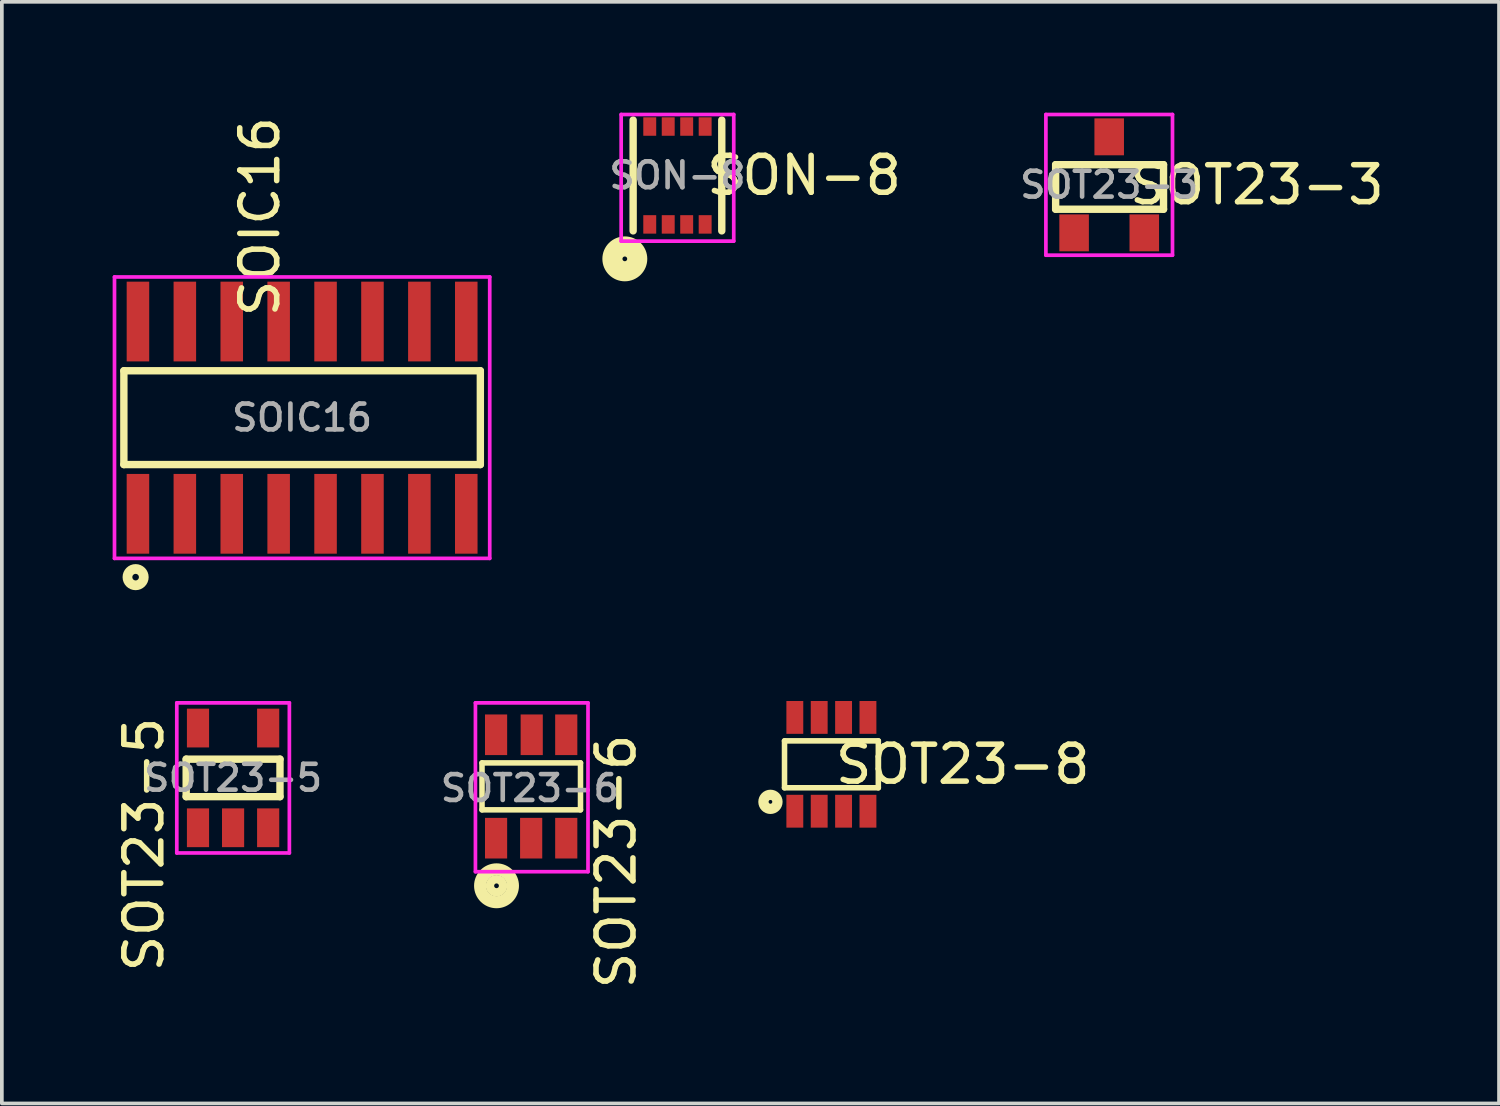
<source format=kicad_pcb>
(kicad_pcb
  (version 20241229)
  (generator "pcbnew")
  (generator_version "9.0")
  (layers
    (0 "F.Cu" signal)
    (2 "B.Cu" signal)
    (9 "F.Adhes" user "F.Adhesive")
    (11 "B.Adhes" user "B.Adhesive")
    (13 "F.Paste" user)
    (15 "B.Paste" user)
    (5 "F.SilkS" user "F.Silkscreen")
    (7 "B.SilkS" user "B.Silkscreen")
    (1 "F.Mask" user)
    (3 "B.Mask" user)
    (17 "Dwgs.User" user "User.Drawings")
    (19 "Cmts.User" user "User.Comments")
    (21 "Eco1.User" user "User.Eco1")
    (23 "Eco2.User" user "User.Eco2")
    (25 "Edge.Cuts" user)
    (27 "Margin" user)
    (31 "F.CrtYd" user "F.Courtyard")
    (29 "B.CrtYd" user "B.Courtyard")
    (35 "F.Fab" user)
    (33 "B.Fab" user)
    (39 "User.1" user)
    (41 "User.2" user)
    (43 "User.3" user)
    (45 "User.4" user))
  (footprint "SOT23-5"
    (layer "F.Cu")
    (at 3.261 18.013)
    (property "Reference" "SOT23-5" (at -2.413 1.803 270) (layer "F.SilkS") (effects (font (size 1 1) (thickness 0.15))))
    (attr through_hole)
    (fp_line (start -1.27 -0.508) (end 1.27 -0.508) (stroke (width 0.2) (type solid)) (layer "F.SilkS"))
    (fp_line (start -1.27 0.508) (end -1.27 -0.508) (stroke (width 0.2) (type solid)) (layer "F.SilkS"))
    (fp_line (start 1.27 -0.508) (end 1.27 0.508) (stroke (width 0.2) (type solid)) (layer "F.SilkS"))
    (fp_line (start 1.27 0.508) (end -1.27 0.508) (stroke (width 0.2) (type solid)) (layer "F.SilkS"))
    (fp_line (start -1.524 -2.032) (end 1.524 -2.032) (stroke (width 0.1) (type solid)) (layer "F.CrtYd"))
    (fp_line (start -1.524 2.032) (end -1.524 -2.032) (stroke (width 0.1) (type solid)) (layer "F.CrtYd"))
    (fp_line (start 1.524 -2.032) (end 1.524 2.032) (stroke (width 0.1) (type solid)) (layer "F.CrtYd"))
    (fp_line (start 1.524 2.032) (end -1.524 2.032) (stroke (width 0.1) (type solid)) (layer "F.CrtYd"))
    (fp_text user "${REFERENCE}" (at 0 0 0) (layer "F.Fab") (effects (font (size 0.7 0.7) (thickness 0.125))))
    (pad "1" smd rect (at -0.95 1.35) (size 0.6 1.05) (layers "F.Cu" "F.Mask" "F.Paste"))
    (pad "2" smd rect (at 0 1.35) (size 0.6 1.05) (layers "F.Cu" "F.Mask" "F.Paste"))
    (pad "3" smd rect (at 0.95 1.35) (size 0.6 1.05) (layers "F.Cu" "F.Mask" "F.Paste"))
    (pad "4" smd rect (at 0.95 -1.35) (size 0.6 1.05) (layers "F.Cu" "F.Mask" "F.Paste"))
    (pad "5" smd rect (at -0.95 -1.35) (size 0.6 1.05) (layers "F.Cu" "F.Mask" "F.Paste")))
  (footprint "SON-8"
    (layer "F.Cu")
    (at 15.293 1.701)
    (property "Reference" "SON-8" (at 3.429 0 0) (layer "F.SilkS") (effects (font (size 1 1) (thickness 0.15))))
    (attr through_hole)
    (fp_line (start -1.2 1.5) (end -1.2 -1.5) (stroke (width 0.2) (type solid)) (layer "F.SilkS"))
    (fp_line (start 1.2 -1.5) (end 1.2 1.5) (stroke (width 0.2) (type solid)) (layer "F.SilkS"))
    (fp_circle (center -1.425 2.258) (end -1.361 2.258) (stroke (width 0.2) (type solid)) (fill no) (layer "F.SilkS"))
    (fp_circle (center -1.425 2.258) (end -1.234 2.258) (stroke (width 0.2) (type solid)) (fill no) (layer "F.SilkS"))
    (fp_circle (center -1.425 2.258) (end -1.234 2.258) (stroke (width 0.2) (type solid)) (fill no) (layer "F.SilkS"))
    (fp_circle (center -1.425 2.258) (end -1.171 2.258) (stroke (width 0.2) (type solid)) (fill no) (layer "F.SilkS"))
    (fp_circle (center -1.425 2.258) (end -1.044 2.322) (stroke (width 0.2) (type solid)) (fill no) (layer "F.SilkS"))
    (fp_circle (center -1.425 2.258) (end -0.917 2.258) (stroke (width 0.2) (type solid)) (fill no) (layer "F.SilkS"))
    (fp_line (start -1.524 -1.651) (end 1.524 -1.651) (stroke (width 0.1) (type solid)) (layer "F.CrtYd"))
    (fp_line (start -1.524 1.778) (end -1.524 -1.651) (stroke (width 0.1) (type solid)) (layer "F.CrtYd"))
    (fp_line (start 1.524 -1.651) (end 1.524 1.778) (stroke (width 0.1) (type solid)) (layer "F.CrtYd"))
    (fp_line (start 1.524 1.778) (end -1.524 1.778) (stroke (width 0.1) (type solid)) (layer "F.CrtYd"))
    (fp_text user "${REFERENCE}" (at 0 0 0) (layer "F.Fab") (effects (font (size 0.7 0.7) (thickness 0.125))))
    (pad "1" smd rect (at -0.75 1.325) (size 0.35 0.5) (layers "F.Cu" "F.Mask" "F.Paste"))
    (pad "2" smd rect (at -0.25 1.325) (size 0.35 0.5) (layers "F.Cu" "F.Mask" "F.Paste"))
    (pad "3" smd rect (at 0.25 1.325) (size 0.35 0.5) (layers "F.Cu" "F.Mask" "F.Paste"))
    (pad "4" smd rect (at 0.75 1.325) (size 0.35 0.5) (layers "F.Cu" "F.Mask" "F.Paste"))
    (pad "5" smd rect (at 0.75 -1.325) (size 0.35 0.5) (layers "F.Cu" "F.Mask" "F.Paste"))
    (pad "6" smd rect (at 0.25 -1.325) (size 0.35 0.5) (layers "F.Cu" "F.Mask" "F.Paste"))
    (pad "7" smd rect (at -0.25 -1.325) (size 0.35 0.5) (layers "F.Cu" "F.Mask" "F.Paste"))
    (pad "8" smd rect (at -0.75 -1.325) (size 0.35 0.5) (layers "F.Cu" "F.Mask" "F.Paste")))
  (footprint "SOIC16"
    (layer "F.Cu")
    (at 5.13 8.259)
    (property "Reference" "SOIC16" (at -1.143 -5.443 90) (layer "F.SilkS") (effects (font (size 1 1) (thickness 0.15))))
    (attr through_hole)
    (fp_line (start -4.826 -1.27) (end 4.826 -1.27) (stroke (width 0.2) (type solid)) (layer "F.SilkS"))
    (fp_line (start -4.826 1.27) (end -4.826 -1.27) (stroke (width 0.2) (type solid)) (layer "F.SilkS"))
    (fp_line (start 4.826 -1.27) (end 4.826 1.27) (stroke (width 0.2) (type solid)) (layer "F.SilkS"))
    (fp_line (start 4.826 1.27) (end -4.826 1.27) (stroke (width 0.2) (type solid)) (layer "F.SilkS"))
    (fp_circle (center -4.508 4.318) (end -4.445 4.381) (stroke (width 0.2) (type solid)) (fill no) (layer "F.SilkS"))
    (fp_circle (center -4.508 4.318) (end -4.255 4.318) (stroke (width 0.2) (type solid)) (fill no) (layer "F.SilkS"))
    (fp_line (start -5.08 -3.81) (end 5.08 -3.81) (stroke (width 0.1) (type solid)) (layer "F.CrtYd"))
    (fp_line (start -5.08 3.81) (end -5.08 -3.81) (stroke (width 0.1) (type solid)) (layer "F.CrtYd"))
    (fp_line (start 5.08 -3.81) (end 5.08 3.81) (stroke (width 0.1) (type solid)) (layer "F.CrtYd"))
    (fp_line (start 5.08 3.81) (end -5.08 3.81) (stroke (width 0.1) (type solid)) (layer "F.CrtYd"))
    (fp_text user "${REFERENCE}" (at 0 0 0) (layer "F.Fab") (effects (font (size 0.7 0.7) (thickness 0.125))))
    (pad "1" smd rect (at -4.445 2.603) (size 0.61 2.159) (layers "F.Cu" "F.Mask" "F.Paste"))
    (pad "2" smd rect (at -3.175 2.603) (size 0.61 2.159) (layers "F.Cu" "F.Mask" "F.Paste"))
    (pad "3" smd rect (at -1.905 2.603) (size 0.61 2.159) (layers "F.Cu" "F.Mask" "F.Paste"))
    (pad "4" smd rect (at -0.635 2.603) (size 0.61 2.159) (layers "F.Cu" "F.Mask" "F.Paste"))
    (pad "5" smd rect (at 0.635 2.603) (size 0.61 2.159) (layers "F.Cu" "F.Mask" "F.Paste"))
    (pad "6" smd rect (at 1.905 2.603) (size 0.61 2.159) (layers "F.Cu" "F.Mask" "F.Paste"))
    (pad "7" smd rect (at 3.175 2.603) (size 0.61 2.159) (layers "F.Cu" "F.Mask" "F.Paste"))
    (pad "8" smd rect (at 4.445 2.603) (size 0.61 2.159) (layers "F.Cu" "F.Mask" "F.Paste"))
    (pad "9" smd rect (at 4.445 -2.603) (size 0.61 2.159) (layers "F.Cu" "F.Mask" "F.Paste"))
    (pad "10" smd rect (at 3.175 -2.603) (size 0.61 2.159) (layers "F.Cu" "F.Mask" "F.Paste"))
    (pad "11" smd rect (at 1.905 -2.603) (size 0.61 2.159) (layers "F.Cu" "F.Mask" "F.Paste"))
    (pad "12" smd rect (at 0.635 -2.603) (size 0.61 2.159) (layers "F.Cu" "F.Mask" "F.Paste"))
    (pad "13" smd rect (at -0.635 -2.603) (size 0.61 2.159) (layers "F.Cu" "F.Mask" "F.Paste"))
    (pad "14" smd rect (at -1.905 -2.603) (size 0.61 2.159) (layers "F.Cu" "F.Mask" "F.Paste"))
    (pad "15" smd rect (at -3.175 -2.603) (size 0.61 2.159) (layers "F.Cu" "F.Mask" "F.Paste"))
    (pad "16" smd rect (at -4.445 -2.603) (size 0.61 2.159) (layers "F.Cu" "F.Mask" "F.Paste")))
  (footprint "SOT23-8"
    (layer "F.Cu")
    (at 19.461 17.645)
    (property "Reference" "SOT23-8" (at 3.557 0 0) (layer "F.SilkS") (effects (font (size 1 1) (thickness 0.15))))
    (attr through_hole)
    (fp_line (start -1.269 -0.635) (end 1.271 -0.635) (stroke (width 0.15) (type solid)) (layer "F.SilkS"))
    (fp_line (start -1.269 0.635) (end -1.269 -0.635) (stroke (width 0.15) (type solid)) (layer "F.SilkS"))
    (fp_line (start 1.271 -0.635) (end 1.271 0.635) (stroke (width 0.15) (type solid)) (layer "F.SilkS"))
    (fp_line (start 1.271 0.635) (end -1.269 0.635) (stroke (width 0.15) (type solid)) (layer "F.SilkS"))
    (fp_circle (center -1.65 1.016) (end -1.587 1.016) (stroke (width 0.15) (type solid)) (fill no) (layer "F.SilkS"))
    (fp_circle (center -1.65 1.016) (end -1.523 1.016) (stroke (width 0.15) (type solid)) (fill no) (layer "F.SilkS"))
    (fp_circle (center -1.65 1.016) (end -1.396 1.016) (stroke (width 0.15) (type solid)) (fill no) (layer "F.SilkS"))
    (pad "1" smd rect (at -0.99 1.27) (size 0.457 0.889) (layers "F.Cu" "F.Mask" "F.Paste"))
    (pad "2" smd rect (at -0.33 1.27) (size 0.457 0.889) (layers "F.Cu" "F.Mask" "F.Paste"))
    (pad "3" smd rect (at 0.33 1.27) (size 0.457 0.889) (layers "F.Cu" "F.Mask" "F.Paste"))
    (pad "4" smd rect (at 0.99 1.27) (size 0.457 0.889) (layers "F.Cu" "F.Mask" "F.Paste"))
    (pad "5" smd rect (at 0.99 -1.27) (size 0.457 0.889) (layers "F.Cu" "F.Mask" "F.Paste"))
    (pad "6" smd rect (at 0.33 -1.27) (size 0.457 0.889) (layers "F.Cu" "F.Mask" "F.Paste"))
    (pad "7" smd rect (at -0.33 -1.27) (size 0.457 0.889) (layers "F.Cu" "F.Mask" "F.Paste"))
    (pad "8" smd rect (at -0.99 -1.27) (size 0.457 0.889) (layers "F.Cu" "F.Mask" "F.Paste")))
  (footprint "SOT23-6"
    (layer "F.Cu")
    (at 11.347 18.267)
    (property "Reference" "SOT23-6" (at 2.286 2.007 270) (layer "F.SilkS") (effects (font (size 1 1) (thickness 0.15))))
    (attr through_hole)
    (fp_line (start -1.346 -0.66) (end 1.321 -0.66) (stroke (width 0.15) (type solid)) (layer "F.SilkS"))
    (fp_line (start -1.346 0.61) (end -1.346 -0.66) (stroke (width 0.15) (type solid)) (layer "F.SilkS"))
    (fp_line (start 1.321 -0.66) (end 1.321 0.61) (stroke (width 0.15) (type solid)) (layer "F.SilkS"))
    (fp_line (start 1.321 0.61) (end -1.346 0.61) (stroke (width 0.15) (type solid)) (layer "F.SilkS"))
    (fp_circle (center -0.953 2.667) (end -0.889 2.667) (stroke (width 0.2) (type solid)) (fill no) (layer "F.SilkS"))
    (fp_circle (center -0.953 2.667) (end -0.762 2.667) (stroke (width 0.2) (type solid)) (fill no) (layer "F.SilkS"))
    (fp_circle (center -0.953 2.667) (end -0.572 2.667) (stroke (width 0.2) (type solid)) (fill no) (layer "F.SilkS"))
    (fp_circle (center -0.953 2.667) (end -0.445 2.667) (stroke (width 0.2) (type solid)) (fill no) (layer "F.SilkS"))
    (fp_line (start -1.524 -2.286) (end 1.524 -2.286) (stroke (width 0.1) (type solid)) (layer "F.CrtYd"))
    (fp_line (start -1.524 2.286) (end -1.524 -2.286) (stroke (width 0.1) (type solid)) (layer "F.CrtYd"))
    (fp_line (start 1.524 -2.286) (end 1.524 2.286) (stroke (width 0.1) (type solid)) (layer "F.CrtYd"))
    (fp_line (start 1.524 2.286) (end -1.524 2.286) (stroke (width 0.1) (type solid)) (layer "F.CrtYd"))
    (fp_text user "${REFERENCE}" (at -0.051 0.025 0) (layer "F.Fab") (effects (font (size 0.7 0.7) (thickness 0.125))))
    (pad "1" smd rect (at -0.965 1.378) (size 0.6 1.1) (layers "F.Cu" "F.Mask" "F.Paste"))
    (pad "2" smd rect (at -0.015 1.378) (size 0.6 1.1) (layers "F.Cu" "F.Mask" "F.Paste"))
    (pad "3" smd rect (at 0.935 1.378) (size 0.6 1.1) (layers "F.Cu" "F.Mask" "F.Paste"))
    (pad "4" smd rect (at 0.935 -1.422) (size 0.6 1.1) (layers "F.Cu" "F.Mask" "F.Paste"))
    (pad "5" smd rect (at 0 -1.422) (size 0.6 1.1) (layers "F.Cu" "F.Mask" "F.Paste"))
    (pad "6" smd rect (at -0.965 -1.422) (size 0.6 1.1) (layers "F.Cu" "F.Mask" "F.Paste")))
  (footprint "SOT23-3"
    (layer "F.Cu")
    (at 26.983 1.955)
    (property "Reference" "SOT23-3" (at 4 0 0) (layer "F.SilkS") (effects (font (size 1 1) (thickness 0.15))))
    (attr through_hole)
    (fp_line (start -1.45 -0.546) (end 1.471 -0.546) (stroke (width 0.2) (type solid)) (layer "F.SilkS"))
    (fp_line (start -1.45 0.66) (end -1.45 -0.546) (stroke (width 0.2) (type solid)) (layer "F.SilkS"))
    (fp_line (start 1.471 -0.546) (end 1.471 0.66) (stroke (width 0.2) (type solid)) (layer "F.SilkS"))
    (fp_line (start 1.471 0.66) (end -1.45 0.66) (stroke (width 0.2) (type solid)) (layer "F.SilkS"))
    (fp_line (start -1.714 -1.905) (end -1.714 1.905) (stroke (width 0.1) (type solid)) (layer "F.CrtYd"))
    (fp_line (start -1.714 1.905) (end 1.714 1.905) (stroke (width 0.1) (type solid)) (layer "F.CrtYd"))
    (fp_line (start 1.714 -1.905) (end -1.714 -1.905) (stroke (width 0.1) (type solid)) (layer "F.CrtYd"))
    (fp_line (start 1.714 1.905) (end 1.714 -1.905) (stroke (width 0.1) (type solid)) (layer "F.CrtYd"))
    (fp_text user "${REFERENCE}" (at 0 0 0) (layer "F.Fab") (effects (font (size 0.7 0.7) (thickness 0.125))))
    (pad "1" smd rect (at 0 -1.3) (size 0.8 1) (layers "F.Cu" "F.Mask" "F.Paste"))
    (pad "2" smd rect (at -0.95 1.3) (size 0.8 1) (layers "F.Cu" "F.Mask" "F.Paste"))
    (pad "3" smd rect (at 0.95 1.3) (size 0.8 1) (layers "F.Cu" "F.Mask" "F.Paste")))
  (gr_rect
    (start -3 -3)
    (end 37.538 26.827)
    (stroke (width 0.1) (type default))
    (fill no)
    (layer "Edge.Cuts")))
</source>
